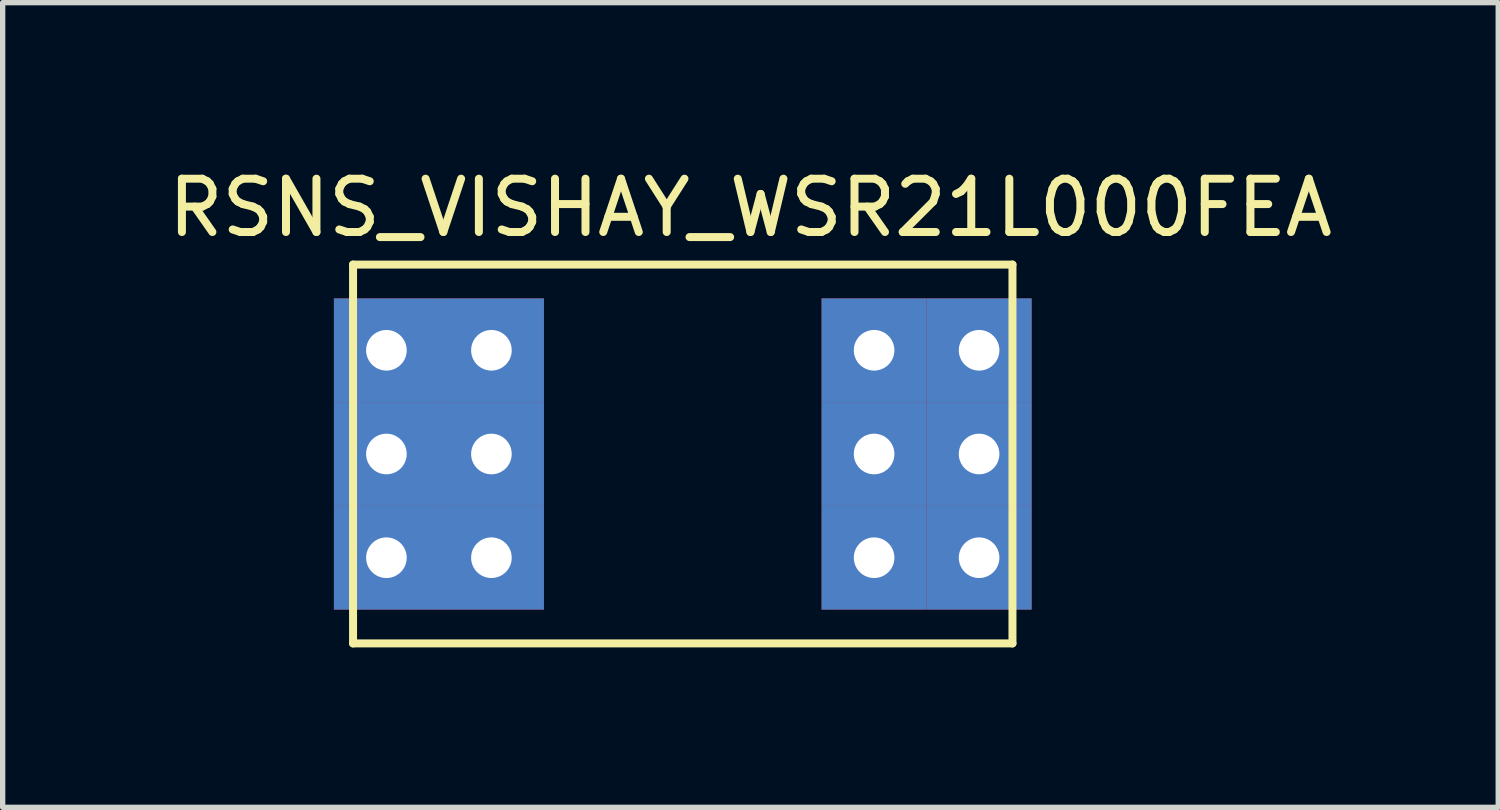
<source format=kicad_pcb>
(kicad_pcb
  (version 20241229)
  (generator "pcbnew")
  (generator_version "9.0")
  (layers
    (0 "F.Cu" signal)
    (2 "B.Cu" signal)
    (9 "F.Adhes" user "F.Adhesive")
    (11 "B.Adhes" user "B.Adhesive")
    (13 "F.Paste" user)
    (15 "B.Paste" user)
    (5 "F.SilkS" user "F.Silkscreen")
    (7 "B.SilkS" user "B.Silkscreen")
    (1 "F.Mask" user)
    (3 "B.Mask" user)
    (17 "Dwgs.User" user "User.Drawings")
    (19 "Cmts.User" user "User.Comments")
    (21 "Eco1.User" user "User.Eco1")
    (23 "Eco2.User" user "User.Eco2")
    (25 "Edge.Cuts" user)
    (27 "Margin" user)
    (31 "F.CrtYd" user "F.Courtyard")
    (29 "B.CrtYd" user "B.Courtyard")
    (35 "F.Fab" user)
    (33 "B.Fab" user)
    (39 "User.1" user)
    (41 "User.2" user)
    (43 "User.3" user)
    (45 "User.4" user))
  (footprint "RSNS_VISHAY_WSR21L000FEA"
    (layer "F.Cu")
    (at 9.76 5.468)
    (property "Reference" "RSNS_VISHAY_WSR21L000FEA" (at 1.27 -4.62 0) (layer "F.SilkS") (effects (font (size 1 1) (thickness 0.15))))
    (attr through_hole)
    (fp_line (start -6.186 -3.554) (end -6.186 3.554) (stroke (width 0.15) (type solid)) (layer "F.SilkS"))
    (fp_line (start -6.186 -3.554) (end 6.186 -3.554) (stroke (width 0.15) (type solid)) (layer "F.SilkS"))
    (fp_line (start -6.186 3.554) (end 6.186 3.554) (stroke (width 0.15) (type solid)) (layer "F.SilkS"))
    (fp_line (start 6.186 -3.554) (end 6.186 3.554) (stroke (width 0.15) (type solid)) (layer "F.SilkS"))
    (pad "1" thru_hole rect (at -5.56 -1.946) (size 1.97 1.946) (drill 0.762) (layers "*.Cu" "*.Mask"))
    (pad "1" thru_hole rect (at -5.56 0) (size 1.97 1.946) (drill 0.762) (layers "*.Cu" "*.Mask"))
    (pad "1" thru_hole rect (at -5.56 1.946) (size 1.97 1.946) (drill 0.762) (layers "*.Cu" "*.Mask"))
    (pad "1" thru_hole rect (at -3.59 -1.946) (size 1.97 1.946) (drill 0.762) (layers "*.Cu" "*.Mask"))
    (pad "1" thru_hole rect (at -3.59 0) (size 1.97 1.946) (drill 0.762) (layers "*.Cu" "*.Mask"))
    (pad "1" thru_hole rect (at -3.59 1.946) (size 1.97 1.946) (drill 0.762) (layers "*.Cu" "*.Mask"))
    (pad "2" thru_hole rect (at 3.59 -1.946) (size 1.97 1.946) (drill 0.762) (layers "*.Cu" "*.Mask"))
    (pad "2" thru_hole rect (at 3.59 0) (size 1.97 1.946) (drill 0.762) (layers "*.Cu" "*.Mask"))
    (pad "2" thru_hole rect (at 3.59 1.946) (size 1.97 1.946) (drill 0.762) (layers "*.Cu" "*.Mask"))
    (pad "2" thru_hole rect (at 5.56 -1.946) (size 1.97 1.946) (drill 0.762) (layers "*.Cu" "*.Mask"))
    (pad "2" thru_hole rect (at 5.56 0) (size 1.97 1.946) (drill 0.762) (layers "*.Cu" "*.Mask"))
    (pad "2" thru_hole rect (at 5.56 1.946) (size 1.97 1.946) (drill 0.762) (layers "*.Cu" "*.Mask")))
  (gr_rect
    (start -3 -3)
    (end 25.06 12.097)
    (stroke (width 0.1) (type default))
    (fill no)
    (layer "Edge.Cuts")))
</source>
